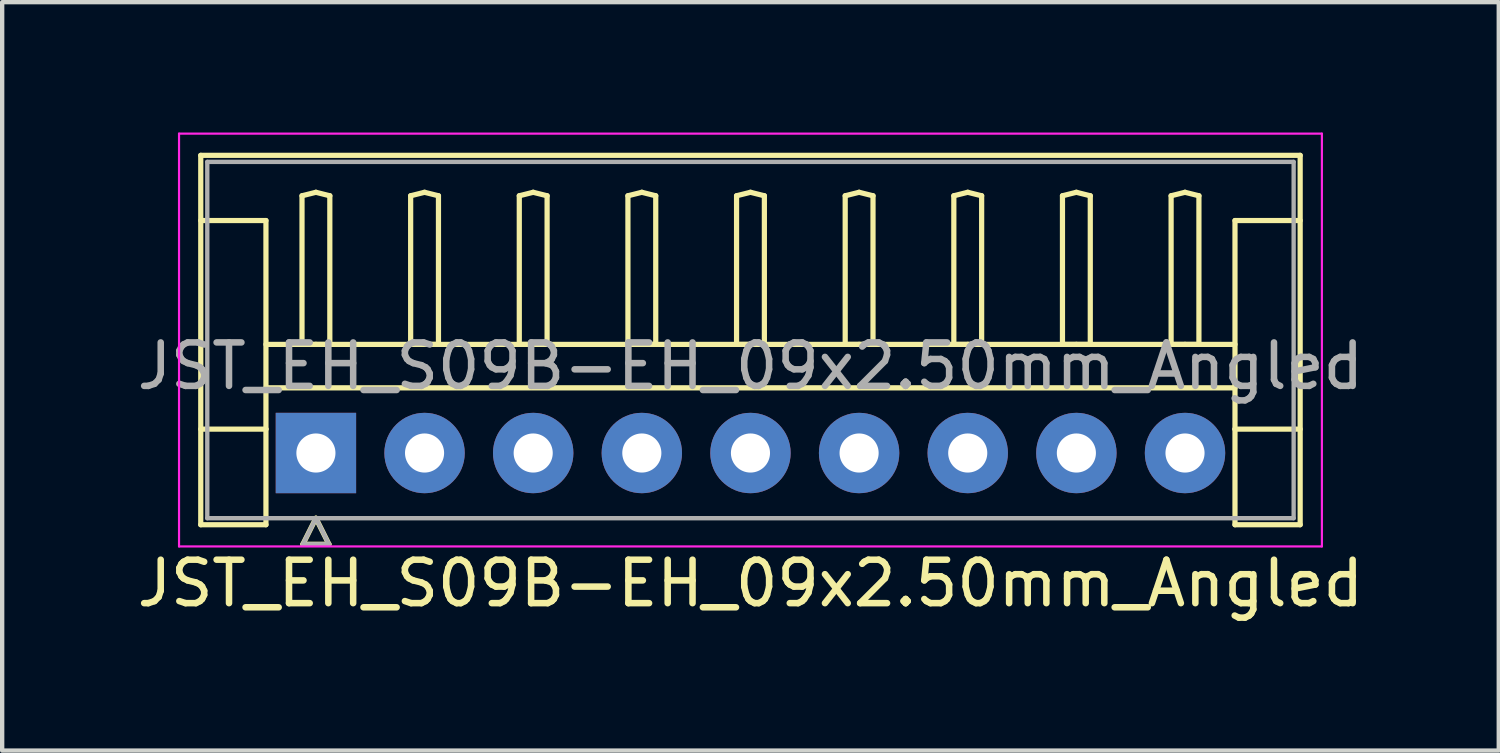
<source format=kicad_pcb>
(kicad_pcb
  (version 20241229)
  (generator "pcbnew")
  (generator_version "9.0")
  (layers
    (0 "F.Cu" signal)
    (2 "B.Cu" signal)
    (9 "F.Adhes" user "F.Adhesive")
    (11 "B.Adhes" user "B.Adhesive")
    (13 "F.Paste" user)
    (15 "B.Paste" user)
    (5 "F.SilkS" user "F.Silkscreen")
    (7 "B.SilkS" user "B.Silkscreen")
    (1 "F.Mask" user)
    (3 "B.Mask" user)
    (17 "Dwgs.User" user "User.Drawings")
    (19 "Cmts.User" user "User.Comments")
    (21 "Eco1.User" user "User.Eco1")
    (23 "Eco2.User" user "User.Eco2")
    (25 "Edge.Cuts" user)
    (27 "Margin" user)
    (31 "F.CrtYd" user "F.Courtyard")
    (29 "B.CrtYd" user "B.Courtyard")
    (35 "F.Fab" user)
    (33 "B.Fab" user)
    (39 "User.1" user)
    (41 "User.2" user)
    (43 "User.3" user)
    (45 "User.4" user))
  (footprint "JST_EH_S09B-EH_09x2.50mm_Angled"
    (layer "F.Cu")
    (at 4.22 7.375)
    (property "Reference" "JST_EH_S09B-EH_09x2.50mm_Angled" (at 10 3 0) (layer "F.SilkS") (effects (font (size 1 1) (thickness 0.15))))
    (attr through_hole)
    (fp_line (start -2.65 -6.85) (end 22.65 -6.85) (stroke (width 0.12) (type solid)) (layer "F.SilkS"))
    (fp_line (start -2.65 -5.35) (end -1.15 -5.35) (stroke (width 0.12) (type solid)) (layer "F.SilkS"))
    (fp_line (start -2.65 1.65) (end -2.65 -6.85) (stroke (width 0.12) (type solid)) (layer "F.SilkS"))
    (fp_line (start -1.15 -5.35) (end -1.15 -0.55) (stroke (width 0.12) (type solid)) (layer "F.SilkS"))
    (fp_line (start -1.15 -2.5) (end 21.15 -2.5) (stroke (width 0.12) (type solid)) (layer "F.SilkS"))
    (fp_line (start -1.15 -1.5) (end 21.15 -1.5) (stroke (width 0.12) (type solid)) (layer "F.SilkS"))
    (fp_line (start -1.15 -0.55) (end -2.65 -0.55) (stroke (width 0.12) (type solid)) (layer "F.SilkS"))
    (fp_line (start -1.15 -0.55) (end -1.15 1.65) (stroke (width 0.12) (type solid)) (layer "F.SilkS"))
    (fp_line (start -1.15 1.65) (end -2.65 1.65) (stroke (width 0.12) (type solid)) (layer "F.SilkS"))
    (fp_line (start -0.32 -5.92) (end 0 -6) (stroke (width 0.12) (type solid)) (layer "F.SilkS"))
    (fp_line (start -0.32 -2.5) (end -0.32 -5.92) (stroke (width 0.12) (type solid)) (layer "F.SilkS"))
    (fp_line (start -0.3 2.1) (end 0.3 2.1) (stroke (width 0.12) (type solid)) (layer "F.SilkS"))
    (fp_line (start 0 -6) (end 0.32 -5.92) (stroke (width 0.12) (type solid)) (layer "F.SilkS"))
    (fp_line (start 0 -2.5) (end -0.32 -2.5) (stroke (width 0.12) (type solid)) (layer "F.SilkS"))
    (fp_line (start 0 1.5) (end -0.3 2.1) (stroke (width 0.12) (type solid)) (layer "F.SilkS"))
    (fp_line (start 0.3 2.1) (end 0 1.5) (stroke (width 0.12) (type solid)) (layer "F.SilkS"))
    (fp_line (start 0.32 -5.92) (end 0.32 -2.5) (stroke (width 0.12) (type solid)) (layer "F.SilkS"))
    (fp_line (start 0.32 -2.5) (end 0 -2.5) (stroke (width 0.12) (type solid)) (layer "F.SilkS"))
    (fp_line (start 2.18 -5.92) (end 2.5 -6) (stroke (width 0.12) (type solid)) (layer "F.SilkS"))
    (fp_line (start 2.18 -2.5) (end 2.18 -5.92) (stroke (width 0.12) (type solid)) (layer "F.SilkS"))
    (fp_line (start 2.5 -6) (end 2.82 -5.92) (stroke (width 0.12) (type solid)) (layer "F.SilkS"))
    (fp_line (start 2.5 -2.5) (end 2.18 -2.5) (stroke (width 0.12) (type solid)) (layer "F.SilkS"))
    (fp_line (start 2.82 -5.92) (end 2.82 -2.5) (stroke (width 0.12) (type solid)) (layer "F.SilkS"))
    (fp_line (start 2.82 -2.5) (end 2.5 -2.5) (stroke (width 0.12) (type solid)) (layer "F.SilkS"))
    (fp_line (start 4.68 -5.92) (end 5 -6) (stroke (width 0.12) (type solid)) (layer "F.SilkS"))
    (fp_line (start 4.68 -2.5) (end 4.68 -5.92) (stroke (width 0.12) (type solid)) (layer "F.SilkS"))
    (fp_line (start 5 -6) (end 5.32 -5.92) (stroke (width 0.12) (type solid)) (layer "F.SilkS"))
    (fp_line (start 5 -2.5) (end 4.68 -2.5) (stroke (width 0.12) (type solid)) (layer "F.SilkS"))
    (fp_line (start 5.32 -5.92) (end 5.32 -2.5) (stroke (width 0.12) (type solid)) (layer "F.SilkS"))
    (fp_line (start 5.32 -2.5) (end 5 -2.5) (stroke (width 0.12) (type solid)) (layer "F.SilkS"))
    (fp_line (start 7.18 -5.92) (end 7.5 -6) (stroke (width 0.12) (type solid)) (layer "F.SilkS"))
    (fp_line (start 7.18 -2.5) (end 7.18 -5.92) (stroke (width 0.12) (type solid)) (layer "F.SilkS"))
    (fp_line (start 7.5 -6) (end 7.82 -5.92) (stroke (width 0.12) (type solid)) (layer "F.SilkS"))
    (fp_line (start 7.5 -2.5) (end 7.18 -2.5) (stroke (width 0.12) (type solid)) (layer "F.SilkS"))
    (fp_line (start 7.82 -5.92) (end 7.82 -2.5) (stroke (width 0.12) (type solid)) (layer "F.SilkS"))
    (fp_line (start 7.82 -2.5) (end 7.5 -2.5) (stroke (width 0.12) (type solid)) (layer "F.SilkS"))
    (fp_line (start 9.68 -5.92) (end 10 -6) (stroke (width 0.12) (type solid)) (layer "F.SilkS"))
    (fp_line (start 9.68 -2.5) (end 9.68 -5.92) (stroke (width 0.12) (type solid)) (layer "F.SilkS"))
    (fp_line (start 10 -6) (end 10.32 -5.92) (stroke (width 0.12) (type solid)) (layer "F.SilkS"))
    (fp_line (start 10 -2.5) (end 9.68 -2.5) (stroke (width 0.12) (type solid)) (layer "F.SilkS"))
    (fp_line (start 10.32 -5.92) (end 10.32 -2.5) (stroke (width 0.12) (type solid)) (layer "F.SilkS"))
    (fp_line (start 10.32 -2.5) (end 10 -2.5) (stroke (width 0.12) (type solid)) (layer "F.SilkS"))
    (fp_line (start 12.18 -5.92) (end 12.5 -6) (stroke (width 0.12) (type solid)) (layer "F.SilkS"))
    (fp_line (start 12.18 -2.5) (end 12.18 -5.92) (stroke (width 0.12) (type solid)) (layer "F.SilkS"))
    (fp_line (start 12.5 -6) (end 12.82 -5.92) (stroke (width 0.12) (type solid)) (layer "F.SilkS"))
    (fp_line (start 12.5 -2.5) (end 12.18 -2.5) (stroke (width 0.12) (type solid)) (layer "F.SilkS"))
    (fp_line (start 12.82 -5.92) (end 12.82 -2.5) (stroke (width 0.12) (type solid)) (layer "F.SilkS"))
    (fp_line (start 12.82 -2.5) (end 12.5 -2.5) (stroke (width 0.12) (type solid)) (layer "F.SilkS"))
    (fp_line (start 14.68 -5.92) (end 15 -6) (stroke (width 0.12) (type solid)) (layer "F.SilkS"))
    (fp_line (start 14.68 -2.5) (end 14.68 -5.92) (stroke (width 0.12) (type solid)) (layer "F.SilkS"))
    (fp_line (start 15 -6) (end 15.32 -5.92) (stroke (width 0.12) (type solid)) (layer "F.SilkS"))
    (fp_line (start 15 -2.5) (end 14.68 -2.5) (stroke (width 0.12) (type solid)) (layer "F.SilkS"))
    (fp_line (start 15.32 -5.92) (end 15.32 -2.5) (stroke (width 0.12) (type solid)) (layer "F.SilkS"))
    (fp_line (start 15.32 -2.5) (end 15 -2.5) (stroke (width 0.12) (type solid)) (layer "F.SilkS"))
    (fp_line (start 17.18 -5.92) (end 17.5 -6) (stroke (width 0.12) (type solid)) (layer "F.SilkS"))
    (fp_line (start 17.18 -2.5) (end 17.18 -5.92) (stroke (width 0.12) (type solid)) (layer "F.SilkS"))
    (fp_line (start 17.5 -6) (end 17.82 -5.92) (stroke (width 0.12) (type solid)) (layer "F.SilkS"))
    (fp_line (start 17.5 -2.5) (end 17.18 -2.5) (stroke (width 0.12) (type solid)) (layer "F.SilkS"))
    (fp_line (start 17.82 -5.92) (end 17.82 -2.5) (stroke (width 0.12) (type solid)) (layer "F.SilkS"))
    (fp_line (start 17.82 -2.5) (end 17.5 -2.5) (stroke (width 0.12) (type solid)) (layer "F.SilkS"))
    (fp_line (start 19.68 -5.92) (end 20 -6) (stroke (width 0.12) (type solid)) (layer "F.SilkS"))
    (fp_line (start 19.68 -2.5) (end 19.68 -5.92) (stroke (width 0.12) (type solid)) (layer "F.SilkS"))
    (fp_line (start 20 -6) (end 20.32 -5.92) (stroke (width 0.12) (type solid)) (layer "F.SilkS"))
    (fp_line (start 20 -2.5) (end 19.68 -2.5) (stroke (width 0.12) (type solid)) (layer "F.SilkS"))
    (fp_line (start 20.32 -5.92) (end 20.32 -2.5) (stroke (width 0.12) (type solid)) (layer "F.SilkS"))
    (fp_line (start 20.32 -2.5) (end 20 -2.5) (stroke (width 0.12) (type solid)) (layer "F.SilkS"))
    (fp_line (start 21.15 -5.35) (end 21.15 -0.55) (stroke (width 0.12) (type solid)) (layer "F.SilkS"))
    (fp_line (start 21.15 -0.55) (end 22.65 -0.55) (stroke (width 0.12) (type solid)) (layer "F.SilkS"))
    (fp_line (start 21.15 1.65) (end 21.15 -0.55) (stroke (width 0.12) (type solid)) (layer "F.SilkS"))
    (fp_line (start 22.65 -6.85) (end 22.65 1.65) (stroke (width 0.12) (type solid)) (layer "F.SilkS"))
    (fp_line (start 22.65 -5.35) (end 21.15 -5.35) (stroke (width 0.12) (type solid)) (layer "F.SilkS"))
    (fp_line (start 22.65 1.65) (end 21.15 1.65) (stroke (width 0.12) (type solid)) (layer "F.SilkS"))
    (fp_line (start -3.15 -7.35) (end -3.15 2.15) (stroke (width 0.05) (type solid)) (layer "F.CrtYd"))
    (fp_line (start -3.15 2.15) (end 23.15 2.15) (stroke (width 0.05) (type solid)) (layer "F.CrtYd"))
    (fp_line (start 23.15 -7.35) (end -3.15 -7.35) (stroke (width 0.05) (type solid)) (layer "F.CrtYd"))
    (fp_line (start 23.15 2.15) (end 23.15 -7.35) (stroke (width 0.05) (type solid)) (layer "F.CrtYd"))
    (fp_line (start -2.5 -6.7) (end -2.5 1.5) (stroke (width 0.1) (type solid)) (layer "F.Fab"))
    (fp_line (start -2.5 1.5) (end 22.5 1.5) (stroke (width 0.1) (type solid)) (layer "F.Fab"))
    (fp_line (start -0.3 2.1) (end 0.3 2.1) (stroke (width 0.1) (type solid)) (layer "F.Fab"))
    (fp_line (start 0 1.5) (end -0.3 2.1) (stroke (width 0.1) (type solid)) (layer "F.Fab"))
    (fp_line (start 0.3 2.1) (end 0 1.5) (stroke (width 0.1) (type solid)) (layer "F.Fab"))
    (fp_line (start 22.5 -6.7) (end -2.5 -6.7) (stroke (width 0.1) (type solid)) (layer "F.Fab"))
    (fp_line (start 22.5 1.5) (end 22.5 -6.7) (stroke (width 0.1) (type solid)) (layer "F.Fab"))
    (fp_text user "${REFERENCE}" (at 10 -2 0) (layer "F.Fab") (effects (font (size 1 1) (thickness 0.15))))
    (pad "1" thru_hole rect (at 0 0) (size 1.85 1.85) (drill 0.9) (layers "*.Cu" "*.Mask"))
    (pad "2" thru_hole circle (at 2.5 0) (size 1.85 1.85) (drill 0.9) (layers "*.Cu" "*.Mask"))
    (pad "3" thru_hole circle (at 5 0) (size 1.85 1.85) (drill 0.9) (layers "*.Cu" "*.Mask"))
    (pad "4" thru_hole circle (at 7.5 0) (size 1.85 1.85) (drill 0.9) (layers "*.Cu" "*.Mask"))
    (pad "5" thru_hole circle (at 10 0) (size 1.85 1.85) (drill 0.9) (layers "*.Cu" "*.Mask"))
    (pad "6" thru_hole circle (at 12.5 0) (size 1.85 1.85) (drill 0.9) (layers "*.Cu" "*.Mask"))
    (pad "7" thru_hole circle (at 15 0) (size 1.85 1.85) (drill 0.9) (layers "*.Cu" "*.Mask"))
    (pad "8" thru_hole circle (at 17.5 0) (size 1.85 1.85) (drill 0.9) (layers "*.Cu" "*.Mask"))
    (pad "9" thru_hole circle (at 20 0) (size 1.85 1.85) (drill 0.9) (layers "*.Cu" "*.Mask")))
  (gr_rect
    (start -3 -3)
    (end 31.44 14.223)
    (stroke (width 0.1) (type default))
    (fill no)
    (layer "Edge.Cuts")))
</source>
